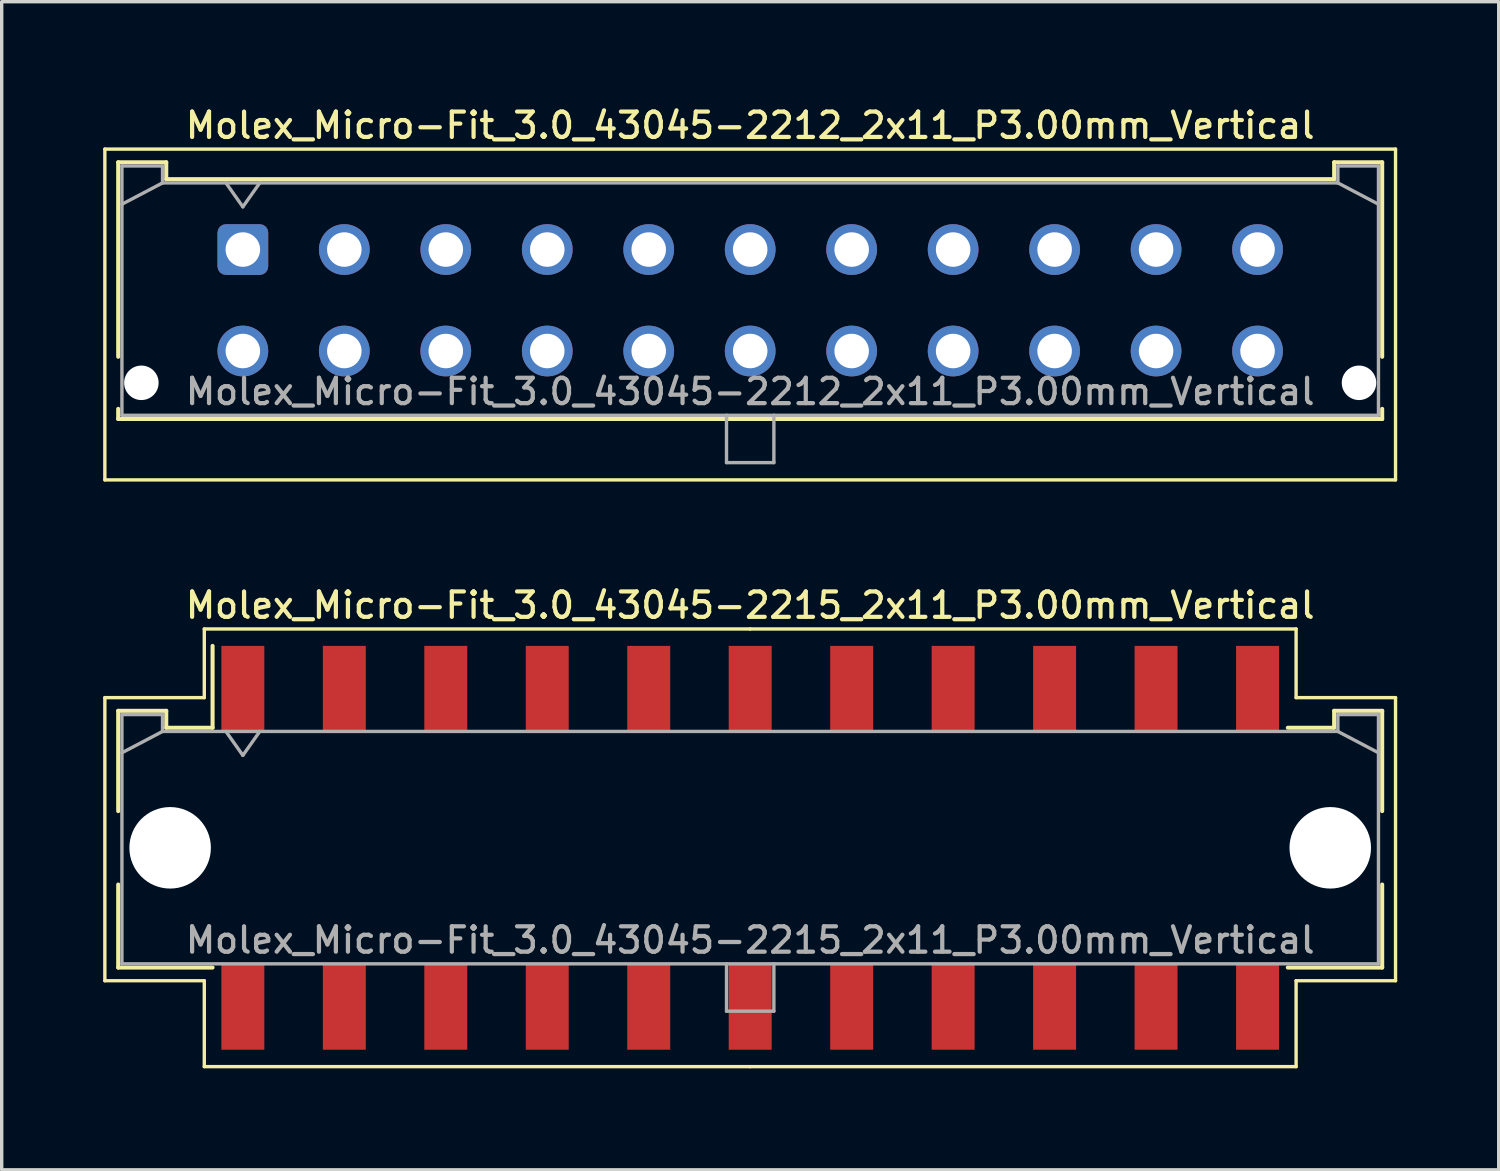
<source format=kicad_pcb>
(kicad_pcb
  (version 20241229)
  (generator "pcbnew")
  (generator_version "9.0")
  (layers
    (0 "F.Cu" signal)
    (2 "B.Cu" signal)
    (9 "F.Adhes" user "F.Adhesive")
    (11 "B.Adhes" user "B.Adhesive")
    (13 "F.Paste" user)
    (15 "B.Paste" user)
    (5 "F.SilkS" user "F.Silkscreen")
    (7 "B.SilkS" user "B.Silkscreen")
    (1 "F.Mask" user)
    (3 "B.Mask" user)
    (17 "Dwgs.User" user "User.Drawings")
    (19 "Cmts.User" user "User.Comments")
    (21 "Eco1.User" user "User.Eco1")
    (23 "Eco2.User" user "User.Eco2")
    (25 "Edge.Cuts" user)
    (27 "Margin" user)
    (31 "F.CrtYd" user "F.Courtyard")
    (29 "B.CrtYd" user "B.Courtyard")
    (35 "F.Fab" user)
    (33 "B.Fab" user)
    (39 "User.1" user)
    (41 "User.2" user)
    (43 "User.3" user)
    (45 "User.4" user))
  (footprint "Molex_Micro-Fit_3.0_43045-2212_2x11_P3.00mm_Vertical"
    (layer "F.Cu")
    (at 4.13 4.328)
    (property "Reference" "Molex_Micro-Fit_3.0_43045-2212_2x11_P3.00mm_Vertical" (at 15 -3.67 0) (layer "F.SilkS") (effects (font (size 0.75 0.75) (thickness 0.125))))
    (attr through_hole)
    (fp_line (start -4.08 -2.97) (end 34.08 -2.97) (stroke (width 0.1) (type solid)) (layer "F.SilkS"))
    (fp_line (start -4.08 6.81) (end -4.08 -2.97) (stroke (width 0.1) (type solid)) (layer "F.SilkS"))
    (fp_line (start -3.685 -2.58) (end -2.265 -2.58) (stroke (width 0.12) (type solid)) (layer "F.SilkS"))
    (fp_line (start -3.685 3.17) (end -3.685 -2.58) (stroke (width 0.12) (type solid)) (layer "F.SilkS"))
    (fp_line (start -3.685 4.71) (end -3.685 5.01) (stroke (width 0.12) (type solid)) (layer "F.SilkS"))
    (fp_line (start -3.685 5.01) (end 33.685 5.01) (stroke (width 0.12) (type solid)) (layer "F.SilkS"))
    (fp_line (start -2.265 -2.58) (end -2.265 -2.08) (stroke (width 0.12) (type solid)) (layer "F.SilkS"))
    (fp_line (start -2.265 -2.08) (end 32.265 -2.08) (stroke (width 0.12) (type solid)) (layer "F.SilkS"))
    (fp_line (start 32.265 -2.58) (end 33.685 -2.58) (stroke (width 0.12) (type solid)) (layer "F.SilkS"))
    (fp_line (start 32.265 -2.08) (end 32.265 -2.58) (stroke (width 0.12) (type solid)) (layer "F.SilkS"))
    (fp_line (start 33.685 -2.58) (end 33.685 3.17) (stroke (width 0.12) (type solid)) (layer "F.SilkS"))
    (fp_line (start 33.685 5.01) (end 33.685 4.71) (stroke (width 0.12) (type solid)) (layer "F.SilkS"))
    (fp_line (start 34.08 -2.97) (end 34.08 6.81) (stroke (width 0.1) (type solid)) (layer "F.SilkS"))
    (fp_line (start 34.08 6.81) (end -4.08 6.81) (stroke (width 0.1) (type solid)) (layer "F.SilkS"))
    (fp_line (start -3.575 -2.47) (end -3.575 4.9) (stroke (width 0.1) (type solid)) (layer "F.Fab"))
    (fp_line (start -3.575 -1.34) (end -2.375 -1.97) (stroke (width 0.1) (type solid)) (layer "F.Fab"))
    (fp_line (start -3.575 4.9) (end 33.575 4.9) (stroke (width 0.1) (type solid)) (layer "F.Fab"))
    (fp_line (start -2.375 -2.47) (end -3.575 -2.47) (stroke (width 0.1) (type solid)) (layer "F.Fab"))
    (fp_line (start -2.375 -1.97) (end -2.375 -2.47) (stroke (width 0.1) (type solid)) (layer "F.Fab"))
    (fp_line (start -0.5 -1.97) (end 0 -1.263) (stroke (width 0.1) (type solid)) (layer "F.Fab"))
    (fp_line (start 0 -1.263) (end 0.5 -1.97) (stroke (width 0.1) (type solid)) (layer "F.Fab"))
    (fp_line (start 14.3 4.9) (end 14.3 6.3) (stroke (width 0.1) (type solid)) (layer "F.Fab"))
    (fp_line (start 14.3 6.3) (end 15.7 6.3) (stroke (width 0.1) (type solid)) (layer "F.Fab"))
    (fp_line (start 15.7 6.3) (end 15.7 4.9) (stroke (width 0.1) (type solid)) (layer "F.Fab"))
    (fp_line (start 32.375 -2.47) (end 32.375 -1.97) (stroke (width 0.1) (type solid)) (layer "F.Fab"))
    (fp_line (start 32.375 -1.97) (end -2.375 -1.97) (stroke (width 0.1) (type solid)) (layer "F.Fab"))
    (fp_line (start 33.575 -2.47) (end 32.375 -2.47) (stroke (width 0.1) (type solid)) (layer "F.Fab"))
    (fp_line (start 33.575 -1.34) (end 32.375 -1.97) (stroke (width 0.1) (type solid)) (layer "F.Fab"))
    (fp_line (start 33.575 4.9) (end 33.575 -2.47) (stroke (width 0.1) (type solid)) (layer "F.Fab"))
    (fp_text user "${REFERENCE}" (at 15 4.2 0) (layer "F.Fab") (effects (font (size 0.75 0.75) (thickness 0.125))))
    (pad "" np_thru_hole circle (at -3 3.94) (size 1.02 1.02) (drill 1.02) (layers "*.Cu" "*.Mask"))
    (pad "" np_thru_hole circle (at 33 3.94) (size 1.02 1.02) (drill 1.02) (layers "*.Cu" "*.Mask"))
    (pad "1" thru_hole roundrect (at 0 0) (size 1.5 1.5) (drill 1.02) (layers "*.Cu" "*.Mask") (roundrect_rratio 0.167))
    (pad "2" thru_hole circle (at 3 0) (size 1.5 1.5) (drill 1.02) (layers "*.Cu" "*.Mask"))
    (pad "3" thru_hole circle (at 6 0) (size 1.5 1.5) (drill 1.02) (layers "*.Cu" "*.Mask"))
    (pad "4" thru_hole circle (at 9 0) (size 1.5 1.5) (drill 1.02) (layers "*.Cu" "*.Mask"))
    (pad "5" thru_hole circle (at 12 0) (size 1.5 1.5) (drill 1.02) (layers "*.Cu" "*.Mask"))
    (pad "6" thru_hole circle (at 15 0) (size 1.5 1.5) (drill 1.02) (layers "*.Cu" "*.Mask"))
    (pad "7" thru_hole circle (at 18 0) (size 1.5 1.5) (drill 1.02) (layers "*.Cu" "*.Mask"))
    (pad "8" thru_hole circle (at 21 0) (size 1.5 1.5) (drill 1.02) (layers "*.Cu" "*.Mask"))
    (pad "9" thru_hole circle (at 24 0) (size 1.5 1.5) (drill 1.02) (layers "*.Cu" "*.Mask"))
    (pad "10" thru_hole circle (at 27 0) (size 1.5 1.5) (drill 1.02) (layers "*.Cu" "*.Mask"))
    (pad "11" thru_hole circle (at 30 0) (size 1.5 1.5) (drill 1.02) (layers "*.Cu" "*.Mask"))
    (pad "12" thru_hole circle (at 0 3) (size 1.5 1.5) (drill 1.02) (layers "*.Cu" "*.Mask"))
    (pad "13" thru_hole circle (at 3 3) (size 1.5 1.5) (drill 1.02) (layers "*.Cu" "*.Mask"))
    (pad "14" thru_hole circle (at 6 3) (size 1.5 1.5) (drill 1.02) (layers "*.Cu" "*.Mask"))
    (pad "15" thru_hole circle (at 9 3) (size 1.5 1.5) (drill 1.02) (layers "*.Cu" "*.Mask"))
    (pad "16" thru_hole circle (at 12 3) (size 1.5 1.5) (drill 1.02) (layers "*.Cu" "*.Mask"))
    (pad "17" thru_hole circle (at 15 3) (size 1.5 1.5) (drill 1.02) (layers "*.Cu" "*.Mask"))
    (pad "18" thru_hole circle (at 18 3) (size 1.5 1.5) (drill 1.02) (layers "*.Cu" "*.Mask"))
    (pad "19" thru_hole circle (at 21 3) (size 1.5 1.5) (drill 1.02) (layers "*.Cu" "*.Mask"))
    (pad "20" thru_hole circle (at 24 3) (size 1.5 1.5) (drill 1.02) (layers "*.Cu" "*.Mask"))
    (pad "21" thru_hole circle (at 27 3) (size 1.5 1.5) (drill 1.02) (layers "*.Cu" "*.Mask"))
    (pad "22" thru_hole circle (at 30 3) (size 1.5 1.5) (drill 1.02) (layers "*.Cu" "*.Mask")))
  (footprint "Molex_Micro-Fit_3.0_43045-2215_2x11_P3.00mm_Vertical"
    (layer "F.Cu")
    (at 19.13 22.016)
    (property "Reference" "Molex_Micro-Fit_3.0_43045-2215_2x11_P3.00mm_Vertical" (at 0 -7.17 0) (layer "F.SilkS") (effects (font (size 0.75 0.75) (thickness 0.125))))
    (attr smd)
    (fp_line (start -19.08 -4.44) (end -19.08 3.93) (stroke (width 0.1) (type solid)) (layer "F.SilkS"))
    (fp_line (start -19.08 3.93) (end -16.14 3.93) (stroke (width 0.1) (type solid)) (layer "F.SilkS"))
    (fp_line (start -18.685 -4.05) (end -17.265 -4.05) (stroke (width 0.12) (type solid)) (layer "F.SilkS"))
    (fp_line (start -18.685 -1.085) (end -18.685 -4.05) (stroke (width 0.12) (type solid)) (layer "F.SilkS"))
    (fp_line (start -18.685 1.085) (end -18.685 3.54) (stroke (width 0.12) (type solid)) (layer "F.SilkS"))
    (fp_line (start -18.685 3.54) (end -15.895 3.54) (stroke (width 0.12) (type solid)) (layer "F.SilkS"))
    (fp_line (start -17.265 -4.05) (end -17.265 -3.55) (stroke (width 0.12) (type solid)) (layer "F.SilkS"))
    (fp_line (start -17.265 -3.55) (end -15.895 -3.55) (stroke (width 0.12) (type solid)) (layer "F.SilkS"))
    (fp_line (start -16.14 -6.47) (end -16.14 -4.44) (stroke (width 0.1) (type solid)) (layer "F.SilkS"))
    (fp_line (start -16.14 -4.44) (end -19.08 -4.44) (stroke (width 0.1) (type solid)) (layer "F.SilkS"))
    (fp_line (start -16.14 3.93) (end -16.14 6.47) (stroke (width 0.1) (type solid)) (layer "F.SilkS"))
    (fp_line (start -16.14 6.47) (end 0 6.47) (stroke (width 0.1) (type solid)) (layer "F.SilkS"))
    (fp_line (start -15.895 -3.55) (end -15.895 -5.97) (stroke (width 0.12) (type solid)) (layer "F.SilkS"))
    (fp_line (start 0 -6.47) (end -16.14 -6.47) (stroke (width 0.1) (type solid)) (layer "F.SilkS"))
    (fp_line (start 0 -6.47) (end 16.14 -6.47) (stroke (width 0.1) (type solid)) (layer "F.SilkS"))
    (fp_line (start 16.14 -6.47) (end 16.14 -4.44) (stroke (width 0.1) (type solid)) (layer "F.SilkS"))
    (fp_line (start 16.14 -4.44) (end 19.08 -4.44) (stroke (width 0.1) (type solid)) (layer "F.SilkS"))
    (fp_line (start 16.14 3.93) (end 16.14 6.47) (stroke (width 0.1) (type solid)) (layer "F.SilkS"))
    (fp_line (start 16.14 6.47) (end 0 6.47) (stroke (width 0.1) (type solid)) (layer "F.SilkS"))
    (fp_line (start 17.265 -4.05) (end 17.265 -3.55) (stroke (width 0.12) (type solid)) (layer "F.SilkS"))
    (fp_line (start 17.265 -3.55) (end 15.895 -3.55) (stroke (width 0.12) (type solid)) (layer "F.SilkS"))
    (fp_line (start 18.685 -4.05) (end 17.265 -4.05) (stroke (width 0.12) (type solid)) (layer "F.SilkS"))
    (fp_line (start 18.685 -1.085) (end 18.685 -4.05) (stroke (width 0.12) (type solid)) (layer "F.SilkS"))
    (fp_line (start 18.685 1.085) (end 18.685 3.54) (stroke (width 0.12) (type solid)) (layer "F.SilkS"))
    (fp_line (start 18.685 3.54) (end 15.895 3.54) (stroke (width 0.12) (type solid)) (layer "F.SilkS"))
    (fp_line (start 19.08 -4.44) (end 19.08 3.93) (stroke (width 0.1) (type solid)) (layer "F.SilkS"))
    (fp_line (start 19.08 3.93) (end 16.14 3.93) (stroke (width 0.1) (type solid)) (layer "F.SilkS"))
    (fp_line (start -18.575 -3.94) (end -18.575 3.43) (stroke (width 0.1) (type solid)) (layer "F.Fab"))
    (fp_line (start -18.575 -2.81) (end -17.375 -3.44) (stroke (width 0.1) (type solid)) (layer "F.Fab"))
    (fp_line (start -18.575 3.43) (end 18.575 3.43) (stroke (width 0.1) (type solid)) (layer "F.Fab"))
    (fp_line (start -17.375 -3.94) (end -18.575 -3.94) (stroke (width 0.1) (type solid)) (layer "F.Fab"))
    (fp_line (start -17.375 -3.44) (end -17.375 -3.94) (stroke (width 0.1) (type solid)) (layer "F.Fab"))
    (fp_line (start -15.5 -3.44) (end -15 -2.733) (stroke (width 0.1) (type solid)) (layer "F.Fab"))
    (fp_line (start -15 -2.733) (end -14.5 -3.44) (stroke (width 0.1) (type solid)) (layer "F.Fab"))
    (fp_line (start -0.7 3.43) (end -0.7 4.83) (stroke (width 0.1) (type solid)) (layer "F.Fab"))
    (fp_line (start -0.7 4.83) (end 0.7 4.83) (stroke (width 0.1) (type solid)) (layer "F.Fab"))
    (fp_line (start 0.7 4.83) (end 0.7 3.43) (stroke (width 0.1) (type solid)) (layer "F.Fab"))
    (fp_line (start 17.375 -3.94) (end 17.375 -3.44) (stroke (width 0.1) (type solid)) (layer "F.Fab"))
    (fp_line (start 17.375 -3.44) (end -17.375 -3.44) (stroke (width 0.1) (type solid)) (layer "F.Fab"))
    (fp_line (start 18.575 -3.94) (end 17.375 -3.94) (stroke (width 0.1) (type solid)) (layer "F.Fab"))
    (fp_line (start 18.575 -2.81) (end 17.375 -3.44) (stroke (width 0.1) (type solid)) (layer "F.Fab"))
    (fp_line (start 18.575 3.43) (end 18.575 -3.94) (stroke (width 0.1) (type solid)) (layer "F.Fab"))
    (fp_text user "${REFERENCE}" (at 0 2.73 0) (layer "F.Fab") (effects (font (size 0.75 0.75) (thickness 0.125))))
    (pad "" np_thru_hole circle (at -17.15 0) (size 2.41 2.41) (drill 2.41) (layers "*.Cu" "*.Mask"))
    (pad "" np_thru_hole circle (at 17.15 0) (size 2.41 2.41) (drill 2.41) (layers "*.Cu" "*.Mask"))
    (pad "1" smd rect (at -15 -4.7) (size 1.27 2.54) (layers "F.Cu" "F.Mask" "F.Paste"))
    (pad "2" smd rect (at -12 -4.7) (size 1.27 2.54) (layers "F.Cu" "F.Mask" "F.Paste"))
    (pad "3" smd rect (at -9 -4.7) (size 1.27 2.54) (layers "F.Cu" "F.Mask" "F.Paste"))
    (pad "4" smd rect (at -6 -4.7) (size 1.27 2.54) (layers "F.Cu" "F.Mask" "F.Paste"))
    (pad "5" smd rect (at -3 -4.7) (size 1.27 2.54) (layers "F.Cu" "F.Mask" "F.Paste"))
    (pad "6" smd rect (at 0 -4.7) (size 1.27 2.54) (layers "F.Cu" "F.Mask" "F.Paste"))
    (pad "7" smd rect (at 3 -4.7) (size 1.27 2.54) (layers "F.Cu" "F.Mask" "F.Paste"))
    (pad "8" smd rect (at 6 -4.7) (size 1.27 2.54) (layers "F.Cu" "F.Mask" "F.Paste"))
    (pad "9" smd rect (at 9 -4.7) (size 1.27 2.54) (layers "F.Cu" "F.Mask" "F.Paste"))
    (pad "10" smd rect (at 12 -4.7) (size 1.27 2.54) (layers "F.Cu" "F.Mask" "F.Paste"))
    (pad "11" smd rect (at 15 -4.7) (size 1.27 2.54) (layers "F.Cu" "F.Mask" "F.Paste"))
    (pad "12" smd rect (at -15 4.7) (size 1.27 2.54) (layers "F.Cu" "F.Mask" "F.Paste"))
    (pad "13" smd rect (at -12 4.7) (size 1.27 2.54) (layers "F.Cu" "F.Mask" "F.Paste"))
    (pad "14" smd rect (at -9 4.7) (size 1.27 2.54) (layers "F.Cu" "F.Mask" "F.Paste"))
    (pad "15" smd rect (at -6 4.7) (size 1.27 2.54) (layers "F.Cu" "F.Mask" "F.Paste"))
    (pad "16" smd rect (at -3 4.7) (size 1.27 2.54) (layers "F.Cu" "F.Mask" "F.Paste"))
    (pad "17" smd rect (at 0 4.7) (size 1.27 2.54) (layers "F.Cu" "F.Mask" "F.Paste"))
    (pad "18" smd rect (at 3 4.7) (size 1.27 2.54) (layers "F.Cu" "F.Mask" "F.Paste"))
    (pad "19" smd rect (at 6 4.7) (size 1.27 2.54) (layers "F.Cu" "F.Mask" "F.Paste"))
    (pad "20" smd rect (at 9 4.7) (size 1.27 2.54) (layers "F.Cu" "F.Mask" "F.Paste"))
    (pad "21" smd rect (at 12 4.7) (size 1.27 2.54) (layers "F.Cu" "F.Mask" "F.Paste"))
    (pad "22" smd rect (at 15 4.7) (size 1.27 2.54) (layers "F.Cu" "F.Mask" "F.Paste")))
  (gr_rect
    (start -3 -3)
    (end 41.26 31.536)
    (stroke (width 0.1) (type default))
    (fill no)
    (layer "Edge.Cuts")))
</source>
